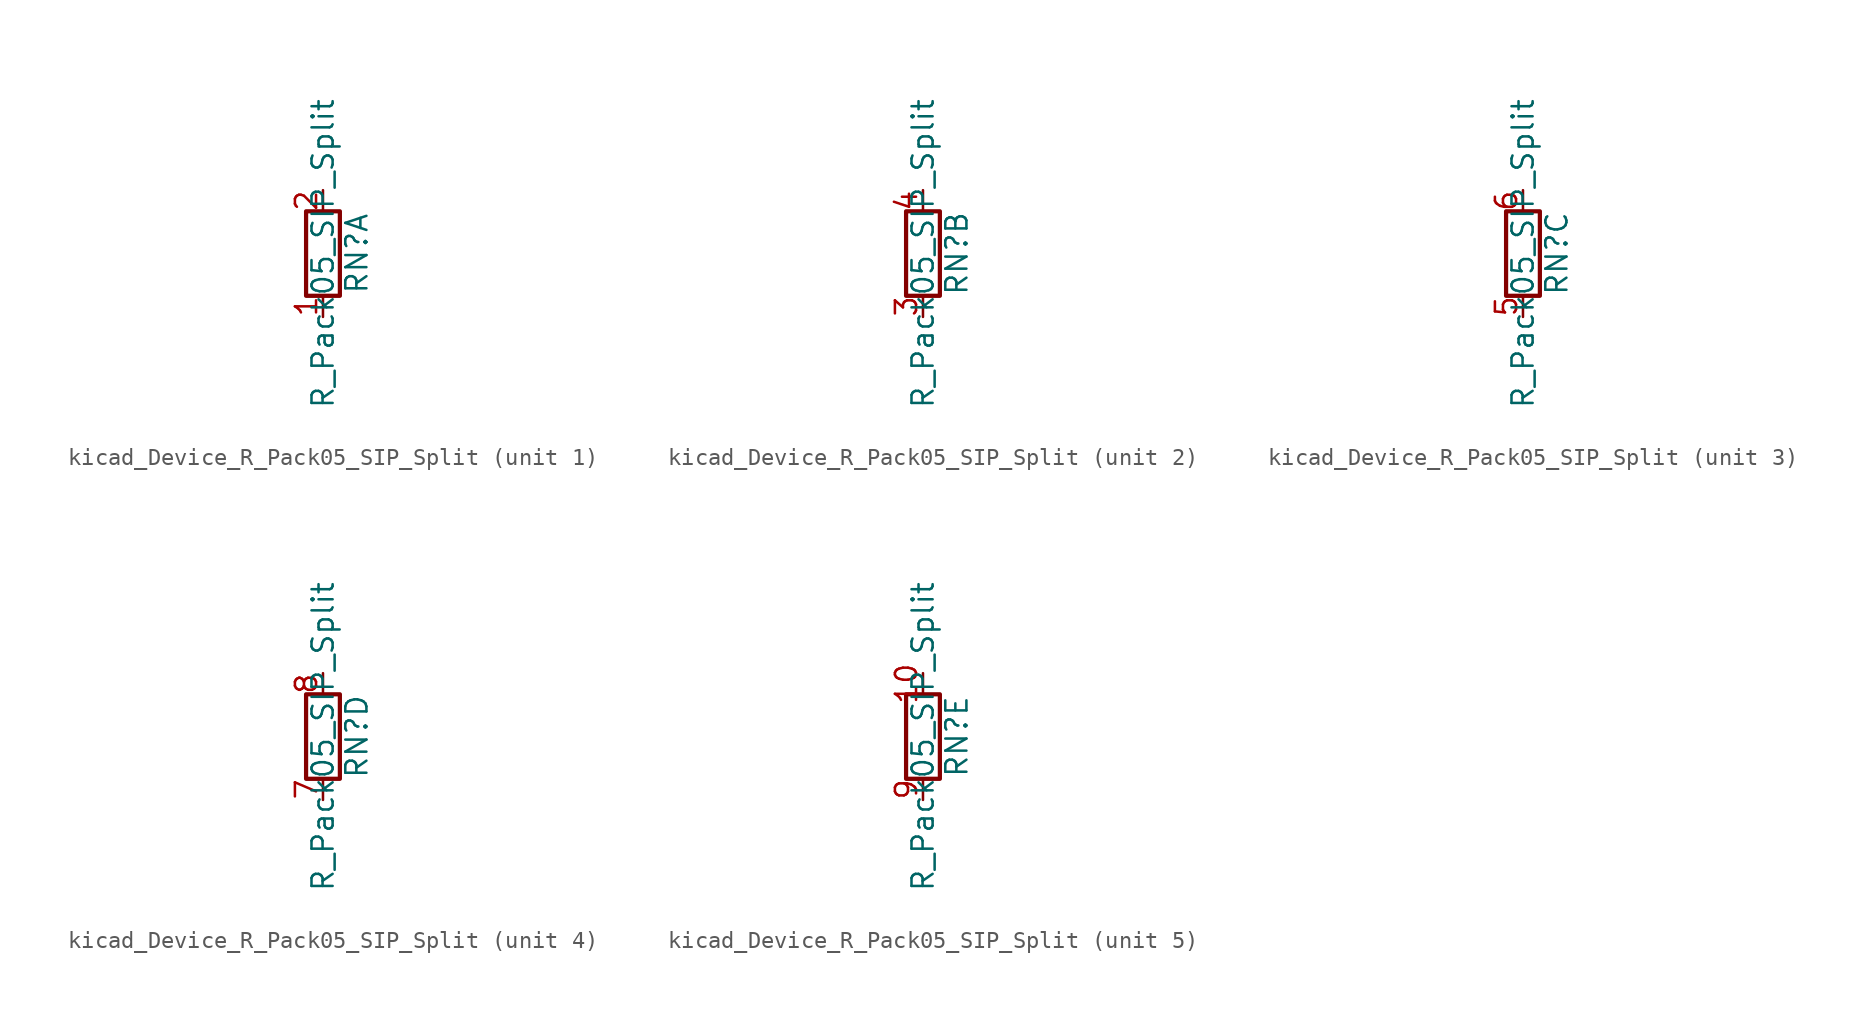
<source format=kicad_sym>
(kicad_symbol_lib
  (version 20220914)
  (generator kicad_symbol_editor)
  (symbol "kicad_Device_R_Pack05_SIP_Split"
    (pin_names
      (offset 0) hide)
    (property "Reference" "RN"
      (at 2.032 0 90)
      (effects (font (size 1.27 1.27))))
    (property "Value" "R_Pack05_SIP_Split"
      (at 0 0 90)
      (effects (font (size 1.27 1.27))))
    (symbol "kicad_Device_R_Pack05_SIP_Split_0_1"
      (rectangle (start 1.016 2.54) (end -1.016 -2.54) (stroke (width 0.254) (type default)) (fill (type none))))
    (symbol "kicad_Device_R_Pack05_SIP_Split_1_1"
      (pin passive line (at 0 -3.81 90) (length 1.27) (name "R1.1" (effects (font (size 1.27 1.27)))) (number "1" (effects (font (size 1.27 1.27)))))
      (pin passive line (at 0 3.81 270) (length 1.27) (name "R1.2" (effects (font (size 1.27 1.27)))) (number "2" (effects (font (size 1.27 1.27))))))
    (symbol "kicad_Device_R_Pack05_SIP_Split_2_1"
      (pin passive line (at 0 -3.81 90) (length 1.27) (name "R2.1" (effects (font (size 1.27 1.27)))) (number "3" (effects (font (size 1.27 1.27)))))
      (pin passive line (at 0 3.81 270) (length 1.27) (name "R2.2" (effects (font (size 1.27 1.27)))) (number "4" (effects (font (size 1.27 1.27))))))
    (symbol "kicad_Device_R_Pack05_SIP_Split_3_1"
      (pin passive line (at 0 -3.81 90) (length 1.27) (name "R3.1" (effects (font (size 1.27 1.27)))) (number "5" (effects (font (size 1.27 1.27)))))
      (pin passive line (at 0 3.81 270) (length 1.27) (name "R3.2" (effects (font (size 1.27 1.27)))) (number "6" (effects (font (size 1.27 1.27))))))
    (symbol "kicad_Device_R_Pack05_SIP_Split_4_1"
      (pin passive line (at 0 -3.81 90) (length 1.27) (name "R4.1" (effects (font (size 1.27 1.27)))) (number "7" (effects (font (size 1.27 1.27)))))
      (pin passive line (at 0 3.81 270) (length 1.27) (name "R4.2" (effects (font (size 1.27 1.27)))) (number "8" (effects (font (size 1.27 1.27))))))
    (symbol "kicad_Device_R_Pack05_SIP_Split_5_1"
      (pin passive line (at 0 3.81 270) (length 1.27) (name "R5.2" (effects (font (size 1.27 1.27)))) (number "10" (effects (font (size 1.27 1.27)))))
      (pin passive line (at 0 -3.81 90) (length 1.27) (name "R5.1" (effects (font (size 1.27 1.27)))) (number "9" (effects (font (size 1.27 1.27))))))))
</source>
